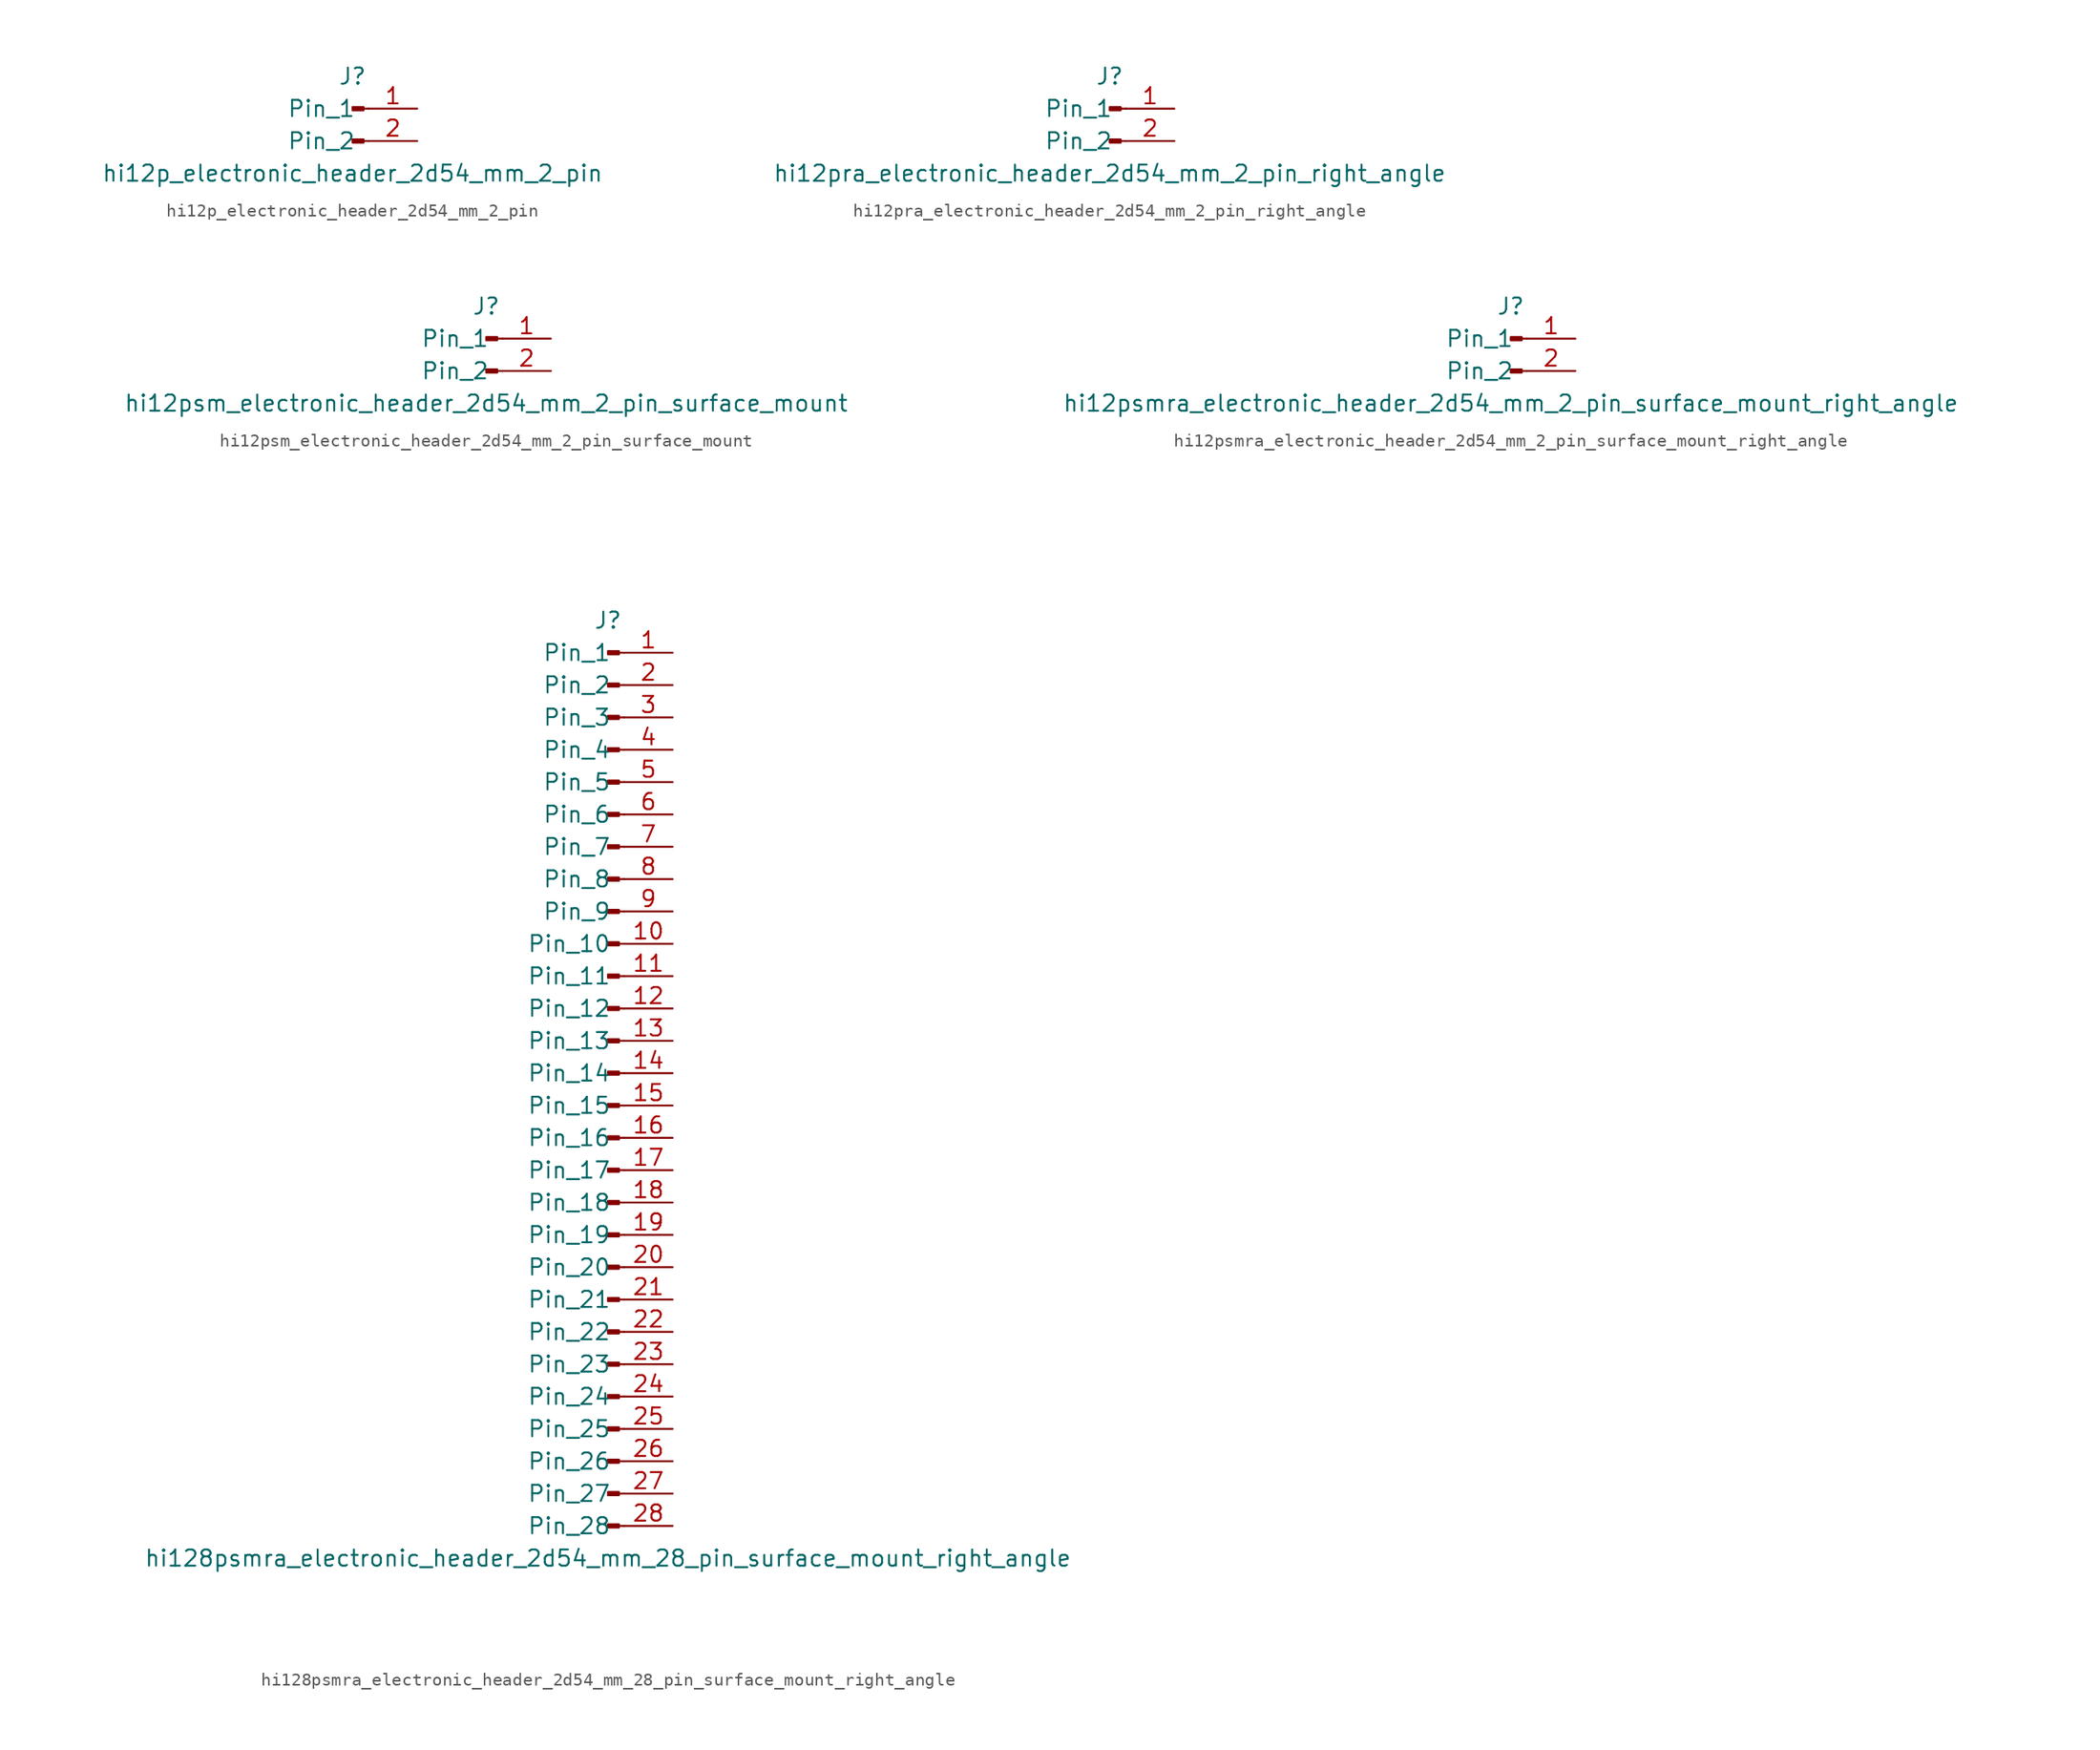
<source format=kicad_sym>
(kicad_symbol_lib
  (version 20220914)
  (generator kicad_symbol_editor)
  (symbol "hi12p_electronic_header_2d54_mm_2_pin"
    (pin_names
      (offset 1.016))
    (property "Reference" "J"
      (at 0 2.54 0)
      (effects (font (size 1.27 1.27))))
    (property "Value" "hi12p_electronic_header_2d54_mm_2_pin"
      (at 0 -5.08 0)
      (effects (font (size 1.27 1.27))))
    (property "ki_locked" ""
      (at 0 0 0)
      (effects (font (size 1.27 1.27))))
    (symbol "hi12p_electronic_header_2d54_mm_2_pin_1_1"
      (polyline (pts (xy 1.27 -2.54) (xy 0.864 -2.54)) (stroke (width 0.152) (type default)) (fill (type none)))
      (polyline (pts (xy 1.27 0) (xy 0.864 0)) (stroke (width 0.152) (type default)) (fill (type none)))
      (rectangle (start 0.864 -2.413) (end 0 -2.667) (stroke (width 0.152) (type default)) (fill (type outline)))
      (rectangle (start 0.864 0.127) (end 0 -0.127) (stroke (width 0.152) (type default)) (fill (type outline)))
      (pin passive line (at 5.08 0 180) (length 3.81) (name "Pin_1" (effects (font (size 1.27 1.27)))) (number "1" (effects (font (size 1.27 1.27)))))
      (pin passive line (at 5.08 -2.54 180) (length 3.81) (name "Pin_2" (effects (font (size 1.27 1.27)))) (number "2" (effects (font (size 1.27 1.27)))))))
  (symbol "hi12pra_electronic_header_2d54_mm_2_pin_right_angle"
    (pin_names
      (offset 1.016))
    (property "Reference" "J"
      (at 0 2.54 0)
      (effects (font (size 1.27 1.27))))
    (property "Value" "hi12pra_electronic_header_2d54_mm_2_pin_right_angle"
      (at 0 -5.08 0)
      (effects (font (size 1.27 1.27))))
    (property "ki_locked" ""
      (at 0 0 0)
      (effects (font (size 1.27 1.27))))
    (symbol "hi12pra_electronic_header_2d54_mm_2_pin_right_angle_1_1"
      (polyline (pts (xy 1.27 -2.54) (xy 0.864 -2.54)) (stroke (width 0.152) (type default)) (fill (type none)))
      (polyline (pts (xy 1.27 0) (xy 0.864 0)) (stroke (width 0.152) (type default)) (fill (type none)))
      (rectangle (start 0.864 -2.413) (end 0 -2.667) (stroke (width 0.152) (type default)) (fill (type outline)))
      (rectangle (start 0.864 0.127) (end 0 -0.127) (stroke (width 0.152) (type default)) (fill (type outline)))
      (pin passive line (at 5.08 0 180) (length 3.81) (name "Pin_1" (effects (font (size 1.27 1.27)))) (number "1" (effects (font (size 1.27 1.27)))))
      (pin passive line (at 5.08 -2.54 180) (length 3.81) (name "Pin_2" (effects (font (size 1.27 1.27)))) (number "2" (effects (font (size 1.27 1.27)))))))
  (symbol "hi12psm_electronic_header_2d54_mm_2_pin_surface_mount"
    (pin_names
      (offset 1.016))
    (property "Reference" "J"
      (at 0 2.54 0)
      (effects (font (size 1.27 1.27))))
    (property "Value" "hi12psm_electronic_header_2d54_mm_2_pin_surface_mount"
      (at 0 -5.08 0)
      (effects (font (size 1.27 1.27))))
    (property "ki_locked" ""
      (at 0 0 0)
      (effects (font (size 1.27 1.27))))
    (symbol "hi12psm_electronic_header_2d54_mm_2_pin_surface_mount_1_1"
      (polyline (pts (xy 1.27 -2.54) (xy 0.864 -2.54)) (stroke (width 0.152) (type default)) (fill (type none)))
      (polyline (pts (xy 1.27 0) (xy 0.864 0)) (stroke (width 0.152) (type default)) (fill (type none)))
      (rectangle (start 0.864 -2.413) (end 0 -2.667) (stroke (width 0.152) (type default)) (fill (type outline)))
      (rectangle (start 0.864 0.127) (end 0 -0.127) (stroke (width 0.152) (type default)) (fill (type outline)))
      (pin passive line (at 5.08 0 180) (length 3.81) (name "Pin_1" (effects (font (size 1.27 1.27)))) (number "1" (effects (font (size 1.27 1.27)))))
      (pin passive line (at 5.08 -2.54 180) (length 3.81) (name "Pin_2" (effects (font (size 1.27 1.27)))) (number "2" (effects (font (size 1.27 1.27)))))))
  (symbol "hi12psmra_electronic_header_2d54_mm_2_pin_surface_mount_right_angle"
    (pin_names
      (offset 1.016))
    (property "Reference" "J"
      (at 0 2.54 0)
      (effects (font (size 1.27 1.27))))
    (property "Value" "hi12psmra_electronic_header_2d54_mm_2_pin_surface_mount_right_angle"
      (at 0 -5.08 0)
      (effects (font (size 1.27 1.27))))
    (property "ki_locked" ""
      (at 0 0 0)
      (effects (font (size 1.27 1.27))))
    (symbol "hi12psmra_electronic_header_2d54_mm_2_pin_surface_mount_right_angle_1_1"
      (polyline (pts (xy 1.27 -2.54) (xy 0.864 -2.54)) (stroke (width 0.152) (type default)) (fill (type none)))
      (polyline (pts (xy 1.27 0) (xy 0.864 0)) (stroke (width 0.152) (type default)) (fill (type none)))
      (rectangle (start 0.864 -2.413) (end 0 -2.667) (stroke (width 0.152) (type default)) (fill (type outline)))
      (rectangle (start 0.864 0.127) (end 0 -0.127) (stroke (width 0.152) (type default)) (fill (type outline)))
      (pin passive line (at 5.08 0 180) (length 3.81) (name "Pin_1" (effects (font (size 1.27 1.27)))) (number "1" (effects (font (size 1.27 1.27)))))
      (pin passive line (at 5.08 -2.54 180) (length 3.81) (name "Pin_2" (effects (font (size 1.27 1.27)))) (number "2" (effects (font (size 1.27 1.27)))))))
  (symbol "hi128psmra_electronic_header_2d54_mm_28_pin_surface_mount_right_angle"
    (pin_names
      (offset 1.016))
    (property "Reference" "J"
      (at 0 35.56 0)
      (effects (font (size 1.27 1.27))))
    (property "Value" "hi128psmra_electronic_header_2d54_mm_28_pin_surface_mount_right_angle"
      (at 0 -38.1 0)
      (effects (font (size 1.27 1.27))))
    (property "ki_locked" ""
      (at 0 0 0)
      (effects (font (size 1.27 1.27))))
    (symbol "hi128psmra_electronic_header_2d54_mm_28_pin_surface_mount_right_angle_1_1"
      (polyline (pts (xy 1.27 -35.56) (xy 0.864 -35.56)) (stroke (width 0.152) (type default)) (fill (type none)))
      (polyline (pts (xy 1.27 -33.02) (xy 0.864 -33.02)) (stroke (width 0.152) (type default)) (fill (type none)))
      (polyline (pts (xy 1.27 -30.48) (xy 0.864 -30.48)) (stroke (width 0.152) (type default)) (fill (type none)))
      (polyline (pts (xy 1.27 -27.94) (xy 0.864 -27.94)) (stroke (width 0.152) (type default)) (fill (type none)))
      (polyline (pts (xy 1.27 -25.4) (xy 0.864 -25.4)) (stroke (width 0.152) (type default)) (fill (type none)))
      (polyline (pts (xy 1.27 -22.86) (xy 0.864 -22.86)) (stroke (width 0.152) (type default)) (fill (type none)))
      (polyline (pts (xy 1.27 -20.32) (xy 0.864 -20.32)) (stroke (width 0.152) (type default)) (fill (type none)))
      (polyline (pts (xy 1.27 -17.78) (xy 0.864 -17.78)) (stroke (width 0.152) (type default)) (fill (type none)))
      (polyline (pts (xy 1.27 -15.24) (xy 0.864 -15.24)) (stroke (width 0.152) (type default)) (fill (type none)))
      (polyline (pts (xy 1.27 -12.7) (xy 0.864 -12.7)) (stroke (width 0.152) (type default)) (fill (type none)))
      (polyline (pts (xy 1.27 -10.16) (xy 0.864 -10.16)) (stroke (width 0.152) (type default)) (fill (type none)))
      (polyline (pts (xy 1.27 -7.62) (xy 0.864 -7.62)) (stroke (width 0.152) (type default)) (fill (type none)))
      (polyline (pts (xy 1.27 -5.08) (xy 0.864 -5.08)) (stroke (width 0.152) (type default)) (fill (type none)))
      (polyline (pts (xy 1.27 -2.54) (xy 0.864 -2.54)) (stroke (width 0.152) (type default)) (fill (type none)))
      (polyline (pts (xy 1.27 0) (xy 0.864 0)) (stroke (width 0.152) (type default)) (fill (type none)))
      (polyline (pts (xy 1.27 2.54) (xy 0.864 2.54)) (stroke (width 0.152) (type default)) (fill (type none)))
      (polyline (pts (xy 1.27 5.08) (xy 0.864 5.08)) (stroke (width 0.152) (type default)) (fill (type none)))
      (polyline (pts (xy 1.27 7.62) (xy 0.864 7.62)) (stroke (width 0.152) (type default)) (fill (type none)))
      (polyline (pts (xy 1.27 10.16) (xy 0.864 10.16)) (stroke (width 0.152) (type default)) (fill (type none)))
      (polyline (pts (xy 1.27 12.7) (xy 0.864 12.7)) (stroke (width 0.152) (type default)) (fill (type none)))
      (polyline (pts (xy 1.27 15.24) (xy 0.864 15.24)) (stroke (width 0.152) (type default)) (fill (type none)))
      (polyline (pts (xy 1.27 17.78) (xy 0.864 17.78)) (stroke (width 0.152) (type default)) (fill (type none)))
      (polyline (pts (xy 1.27 20.32) (xy 0.864 20.32)) (stroke (width 0.152) (type default)) (fill (type none)))
      (polyline (pts (xy 1.27 22.86) (xy 0.864 22.86)) (stroke (width 0.152) (type default)) (fill (type none)))
      (polyline (pts (xy 1.27 25.4) (xy 0.864 25.4)) (stroke (width 0.152) (type default)) (fill (type none)))
      (polyline (pts (xy 1.27 27.94) (xy 0.864 27.94)) (stroke (width 0.152) (type default)) (fill (type none)))
      (polyline (pts (xy 1.27 30.48) (xy 0.864 30.48)) (stroke (width 0.152) (type default)) (fill (type none)))
      (polyline (pts (xy 1.27 33.02) (xy 0.864 33.02)) (stroke (width 0.152) (type default)) (fill (type none)))
      (rectangle (start 0.864 -35.433) (end 0 -35.687) (stroke (width 0.152) (type default)) (fill (type outline)))
      (rectangle (start 0.864 -32.893) (end 0 -33.147) (stroke (width 0.152) (type default)) (fill (type outline)))
      (rectangle (start 0.864 -30.353) (end 0 -30.607) (stroke (width 0.152) (type default)) (fill (type outline)))
      (rectangle (start 0.864 -27.813) (end 0 -28.067) (stroke (width 0.152) (type default)) (fill (type outline)))
      (rectangle (start 0.864 -25.273) (end 0 -25.527) (stroke (width 0.152) (type default)) (fill (type outline)))
      (rectangle (start 0.864 -22.733) (end 0 -22.987) (stroke (width 0.152) (type default)) (fill (type outline)))
      (rectangle (start 0.864 -20.193) (end 0 -20.447) (stroke (width 0.152) (type default)) (fill (type outline)))
      (rectangle (start 0.864 -17.653) (end 0 -17.907) (stroke (width 0.152) (type default)) (fill (type outline)))
      (rectangle (start 0.864 -15.113) (end 0 -15.367) (stroke (width 0.152) (type default)) (fill (type outline)))
      (rectangle (start 0.864 -12.573) (end 0 -12.827) (stroke (width 0.152) (type default)) (fill (type outline)))
      (rectangle (start 0.864 -10.033) (end 0 -10.287) (stroke (width 0.152) (type default)) (fill (type outline)))
      (rectangle (start 0.864 -7.493) (end 0 -7.747) (stroke (width 0.152) (type default)) (fill (type outline)))
      (rectangle (start 0.864 -4.953) (end 0 -5.207) (stroke (width 0.152) (type default)) (fill (type outline)))
      (rectangle (start 0.864 -2.413) (end 0 -2.667) (stroke (width 0.152) (type default)) (fill (type outline)))
      (rectangle (start 0.864 0.127) (end 0 -0.127) (stroke (width 0.152) (type default)) (fill (type outline)))
      (rectangle (start 0.864 2.667) (end 0 2.413) (stroke (width 0.152) (type default)) (fill (type outline)))
      (rectangle (start 0.864 5.207) (end 0 4.953) (stroke (width 0.152) (type default)) (fill (type outline)))
      (rectangle (start 0.864 7.747) (end 0 7.493) (stroke (width 0.152) (type default)) (fill (type outline)))
      (rectangle (start 0.864 10.287) (end 0 10.033) (stroke (width 0.152) (type default)) (fill (type outline)))
      (rectangle (start 0.864 12.827) (end 0 12.573) (stroke (width 0.152) (type default)) (fill (type outline)))
      (rectangle (start 0.864 15.367) (end 0 15.113) (stroke (width 0.152) (type default)) (fill (type outline)))
      (rectangle (start 0.864 17.907) (end 0 17.653) (stroke (width 0.152) (type default)) (fill (type outline)))
      (rectangle (start 0.864 20.447) (end 0 20.193) (stroke (width 0.152) (type default)) (fill (type outline)))
      (rectangle (start 0.864 22.987) (end 0 22.733) (stroke (width 0.152) (type default)) (fill (type outline)))
      (rectangle (start 0.864 25.527) (end 0 25.273) (stroke (width 0.152) (type default)) (fill (type outline)))
      (rectangle (start 0.864 28.067) (end 0 27.813) (stroke (width 0.152) (type default)) (fill (type outline)))
      (rectangle (start 0.864 30.607) (end 0 30.353) (stroke (width 0.152) (type default)) (fill (type outline)))
      (rectangle (start 0.864 33.147) (end 0 32.893) (stroke (width 0.152) (type default)) (fill (type outline)))
      (pin passive line (at 5.08 33.02 180) (length 3.81) (name "Pin_1" (effects (font (size 1.27 1.27)))) (number "1" (effects (font (size 1.27 1.27)))))
      (pin passive line (at 5.08 10.16 180) (length 3.81) (name "Pin_10" (effects (font (size 1.27 1.27)))) (number "10" (effects (font (size 1.27 1.27)))))
      (pin passive line (at 5.08 7.62 180) (length 3.81) (name "Pin_11" (effects (font (size 1.27 1.27)))) (number "11" (effects (font (size 1.27 1.27)))))
      (pin passive line (at 5.08 5.08 180) (length 3.81) (name "Pin_12" (effects (font (size 1.27 1.27)))) (number "12" (effects (font (size 1.27 1.27)))))
      (pin passive line (at 5.08 2.54 180) (length 3.81) (name "Pin_13" (effects (font (size 1.27 1.27)))) (number "13" (effects (font (size 1.27 1.27)))))
      (pin passive line (at 5.08 0 180) (length 3.81) (name "Pin_14" (effects (font (size 1.27 1.27)))) (number "14" (effects (font (size 1.27 1.27)))))
      (pin passive line (at 5.08 -2.54 180) (length 3.81) (name "Pin_15" (effects (font (size 1.27 1.27)))) (number "15" (effects (font (size 1.27 1.27)))))
      (pin passive line (at 5.08 -5.08 180) (length 3.81) (name "Pin_16" (effects (font (size 1.27 1.27)))) (number "16" (effects (font (size 1.27 1.27)))))
      (pin passive line (at 5.08 -7.62 180) (length 3.81) (name "Pin_17" (effects (font (size 1.27 1.27)))) (number "17" (effects (font (size 1.27 1.27)))))
      (pin passive line (at 5.08 -10.16 180) (length 3.81) (name "Pin_18" (effects (font (size 1.27 1.27)))) (number "18" (effects (font (size 1.27 1.27)))))
      (pin passive line (at 5.08 -12.7 180) (length 3.81) (name "Pin_19" (effects (font (size 1.27 1.27)))) (number "19" (effects (font (size 1.27 1.27)))))
      (pin passive line (at 5.08 30.48 180) (length 3.81) (name "Pin_2" (effects (font (size 1.27 1.27)))) (number "2" (effects (font (size 1.27 1.27)))))
      (pin passive line (at 5.08 -15.24 180) (length 3.81) (name "Pin_20" (effects (font (size 1.27 1.27)))) (number "20" (effects (font (size 1.27 1.27)))))
      (pin passive line (at 5.08 -17.78 180) (length 3.81) (name "Pin_21" (effects (font (size 1.27 1.27)))) (number "21" (effects (font (size 1.27 1.27)))))
      (pin passive line (at 5.08 -20.32 180) (length 3.81) (name "Pin_22" (effects (font (size 1.27 1.27)))) (number "22" (effects (font (size 1.27 1.27)))))
      (pin passive line (at 5.08 -22.86 180) (length 3.81) (name "Pin_23" (effects (font (size 1.27 1.27)))) (number "23" (effects (font (size 1.27 1.27)))))
      (pin passive line (at 5.08 -25.4 180) (length 3.81) (name "Pin_24" (effects (font (size 1.27 1.27)))) (number "24" (effects (font (size 1.27 1.27)))))
      (pin passive line (at 5.08 -27.94 180) (length 3.81) (name "Pin_25" (effects (font (size 1.27 1.27)))) (number "25" (effects (font (size 1.27 1.27)))))
      (pin passive line (at 5.08 -30.48 180) (length 3.81) (name "Pin_26" (effects (font (size 1.27 1.27)))) (number "26" (effects (font (size 1.27 1.27)))))
      (pin passive line (at 5.08 -33.02 180) (length 3.81) (name "Pin_27" (effects (font (size 1.27 1.27)))) (number "27" (effects (font (size 1.27 1.27)))))
      (pin passive line (at 5.08 -35.56 180) (length 3.81) (name "Pin_28" (effects (font (size 1.27 1.27)))) (number "28" (effects (font (size 1.27 1.27)))))
      (pin passive line (at 5.08 27.94 180) (length 3.81) (name "Pin_3" (effects (font (size 1.27 1.27)))) (number "3" (effects (font (size 1.27 1.27)))))
      (pin passive line (at 5.08 25.4 180) (length 3.81) (name "Pin_4" (effects (font (size 1.27 1.27)))) (number "4" (effects (font (size 1.27 1.27)))))
      (pin passive line (at 5.08 22.86 180) (length 3.81) (name "Pin_5" (effects (font (size 1.27 1.27)))) (number "5" (effects (font (size 1.27 1.27)))))
      (pin passive line (at 5.08 20.32 180) (length 3.81) (name "Pin_6" (effects (font (size 1.27 1.27)))) (number "6" (effects (font (size 1.27 1.27)))))
      (pin passive line (at 5.08 17.78 180) (length 3.81) (name "Pin_7" (effects (font (size 1.27 1.27)))) (number "7" (effects (font (size 1.27 1.27)))))
      (pin passive line (at 5.08 15.24 180) (length 3.81) (name "Pin_8" (effects (font (size 1.27 1.27)))) (number "8" (effects (font (size 1.27 1.27)))))
      (pin passive line (at 5.08 12.7 180) (length 3.81) (name "Pin_9" (effects (font (size 1.27 1.27)))) (number "9" (effects (font (size 1.27 1.27))))))))
</source>
